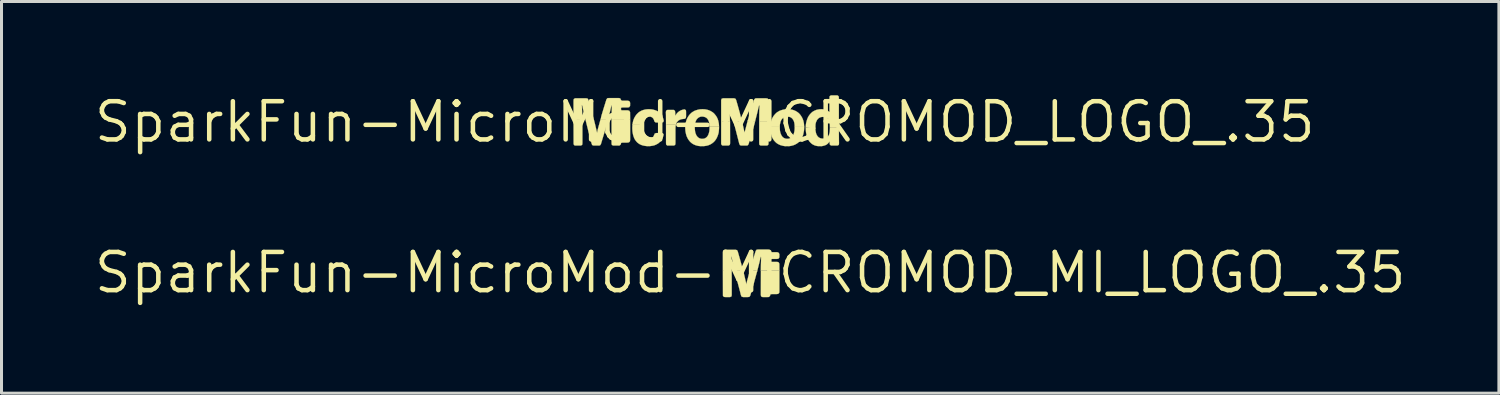
<source format=kicad_pcb>
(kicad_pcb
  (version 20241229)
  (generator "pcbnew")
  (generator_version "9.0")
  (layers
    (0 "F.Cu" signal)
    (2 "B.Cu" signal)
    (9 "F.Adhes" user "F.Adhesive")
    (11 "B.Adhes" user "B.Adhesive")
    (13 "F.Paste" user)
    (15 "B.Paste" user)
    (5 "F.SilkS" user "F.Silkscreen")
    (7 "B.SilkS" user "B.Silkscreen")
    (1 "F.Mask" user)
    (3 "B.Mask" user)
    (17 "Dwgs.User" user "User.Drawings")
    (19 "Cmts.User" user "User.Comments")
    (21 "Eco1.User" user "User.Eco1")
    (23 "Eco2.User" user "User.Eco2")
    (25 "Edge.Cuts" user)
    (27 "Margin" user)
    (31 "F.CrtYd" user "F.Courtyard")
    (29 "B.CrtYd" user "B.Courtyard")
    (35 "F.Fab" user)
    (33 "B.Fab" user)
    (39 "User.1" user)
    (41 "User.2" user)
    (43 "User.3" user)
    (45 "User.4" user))
  (footprint "SparkFun-MicroMod-MICROMOD_MI_LOGO_.35"
    (layer "F.Cu")
    (at 21.9 6.019)
    (property "Reference" "SparkFun-MicroMod-MICROMOD_MI_LOGO_.35" (at 0 0 0) (layer "F.SilkS") (effects (font (size 1.27 1.27) (thickness 0.15))))
    (attr exclude_from_pos_files exclude_from_bom)
    (fp_poly (pts (xy -0.909 -0.069) (xy -0.907 0.767) (xy -0.876 0.805) (xy -0.826 0.81) (xy -0.668 0.81) (xy -0.622 0.787) (xy -0.615 0.737) (xy -0.615 0.16) (xy -0.617 -0.046) (xy -0.648 -0.069) (xy -0.909 -0.069)) (stroke (width 0.008) (type solid)) (fill yes) (layer "F.SilkS"))
    (fp_poly (pts (xy 0.97 -0.069) (xy 0.389 -0.069) (xy 0.356 -0.074) (xy 0.353 0.742) (xy 0.363 0.79) (xy 0.411 0.81) (xy 0.572 0.81) (xy 0.622 0.808) (xy 0.658 0.772) (xy 0.671 0.721) (xy 0.719 0.711) (xy 0.876 0.711) (xy 0.93 0.704) (xy 0.965 0.668) (xy 0.97 0.615) (xy 0.97 -0.018) (xy 0.97 -0.069)) (stroke (width 0.008) (type solid)) (fill yes) (layer "F.SilkS"))
    (fp_poly (pts (xy -0.859 -0.762) (xy -0.902 -0.737) (xy -0.909 -0.683) (xy -0.909 -0.069) (xy -0.886 -0.069) (xy -0.617 -0.048) (xy -0.617 -0.119) (xy -0.622 -0.277) (xy -0.63 -0.437) (xy -0.635 -0.544) (xy -0.615 -0.505) (xy -0.582 -0.351) (xy -0.521 -0.091) (xy -0.485 -0.069) (xy -0.272 -0.069) (xy -0.241 -0.074) (xy -0.312 -0.345) (xy -0.384 -0.599) (xy -0.414 -0.704) (xy -0.437 -0.749) (xy -0.485 -0.762) (xy -0.859 -0.762)) (stroke (width 0.008) (type solid)) (fill yes) (layer "F.SilkS"))
    (fp_poly (pts (xy -0.239 -0.069) (xy -0.518 -0.086) (xy -0.505 -0.028) (xy -0.417 0.33) (xy -0.335 0.64) (xy -0.31 0.742) (xy -0.29 0.792) (xy -0.241 0.81) (xy -0.084 0.81) (xy -0.03 0.805) (xy 0 0.765) (xy 0.119 0.358) (xy 0.231 -0.051) (xy 0.203 -0.069) (xy -0.008 -0.069) (xy -0.023 -0.02) (xy -0.079 0.183) (xy -0.107 0.284) (xy -0.127 0.389) (xy -0.198 0.081) (xy -0.224 -0.018) (xy -0.239 -0.069)) (stroke (width 0.008) (type solid)) (fill yes) (layer "F.SilkS"))
    (fp_poly (pts (xy -0.005 -0.074) (xy 0.198 -0.069) (xy 0.231 -0.048) (xy 0.305 -0.34) (xy 0.34 -0.495) (xy 0.358 -0.538) (xy 0.363 -0.493) (xy 0.356 -0.279) (xy 0.353 -0.069) (xy 0.935 -0.069) (xy 0.97 -0.071) (xy 0.968 -0.3) (xy 0.945 -0.345) (xy 0.894 -0.361) (xy 0.683 -0.361) (xy 0.66 -0.404) (xy 0.676 -0.452) (xy 0.726 -0.457) (xy 0.886 -0.457) (xy 0.937 -0.465) (xy 0.968 -0.508) (xy 0.97 -0.612) (xy 0.95 -0.66) (xy 0.902 -0.681) (xy 0.691 -0.681) (xy 0.66 -0.716) (xy 0.638 -0.762) (xy 0.587 -0.77) (xy 0.269 -0.77) (xy 0.216 -0.767) (xy 0.183 -0.726) (xy 0.089 -0.424) (xy 0.013 -0.173) (xy 0.003 -0.124) (xy -0.005 -0.074)) (stroke (width 0.008) (type solid)) (fill yes) (layer "F.SilkS")))
  (footprint "SparkFun-MicroMod-MICROMOD_LOGO_.35"
    (layer "F.Cu")
    (at 20.388 1.006)
    (property "Reference" "SparkFun-MicroMod-MICROMOD_LOGO_.35" (at 0 0 0) (layer "F.SilkS") (effects (font (size 1.27 1.27) (thickness 0.15))))
    (attr exclude_from_pos_files exclude_from_bom)
    (fp_poly (pts (xy 2.118 -0.025) (xy 1.857 -0.025) (xy 1.811 -0.02) (xy 1.811 0.711) (xy 1.819 0.762) (xy 1.864 0.785) (xy 2.073 0.785) (xy 2.113 0.757) (xy 2.121 0.704) (xy 2.118 -0.025)) (stroke (width 0.008) (type solid)) (fill yes) (layer "F.SilkS"))
    (fp_poly (pts (xy -4.364 -0.094) (xy -4.361 0.742) (xy -4.331 0.78) (xy -4.28 0.785) (xy -4.122 0.785) (xy -4.077 0.762) (xy -4.069 0.711) (xy -4.069 0.135) (xy -4.072 -0.071) (xy -4.102 -0.094) (xy -4.364 -0.094)) (stroke (width 0.008) (type solid)) (fill yes) (layer "F.SilkS"))
    (fp_poly (pts (xy 0.841 -0.025) (xy 0.574 -0.025) (xy 0.546 -0.038) (xy 0.546 0.737) (xy 0.577 0.78) (xy 0.627 0.785) (xy 0.787 0.785) (xy 0.833 0.762) (xy 0.843 0.711) (xy 0.841 0.13) (xy 0.841 -0.025)) (stroke (width 0.008) (type solid)) (fill yes) (layer "F.SilkS"))
    (fp_poly (pts (xy -0.958 0.081) (xy -1.275 0.081) (xy -1.288 0.119) (xy -1.288 0.701) (xy -1.283 0.754) (xy -1.245 0.785) (xy -1.031 0.785) (xy -0.986 0.765) (xy -0.975 0.714) (xy -0.975 0.239) (xy -0.973 0.185) (xy -0.968 0.132) (xy -0.958 0.081)) (stroke (width 0.008) (type solid)) (fill yes) (layer "F.SilkS"))
    (fp_poly (pts (xy -2.482 -0.094) (xy -3.063 -0.094) (xy -3.099 -0.099) (xy -3.099 0.716) (xy -3.089 0.765) (xy -3.04 0.785) (xy -2.88 0.785) (xy -2.83 0.782) (xy -2.794 0.747) (xy -2.781 0.696) (xy -2.733 0.686) (xy -2.576 0.686) (xy -2.522 0.678) (xy -2.487 0.643) (xy -2.482 0.589) (xy -2.482 -0.043) (xy -2.482 -0.094)) (stroke (width 0.008) (type solid)) (fill yes) (layer "F.SilkS"))
    (fp_poly (pts (xy 2.045 -0.787) (xy 1.727 -0.787) (xy 1.676 -0.782) (xy 1.643 -0.742) (xy 1.516 -0.338) (xy 1.427 -0.036) (xy 1.468 -0.025) (xy 1.626 -0.025) (xy 1.676 -0.03) (xy 1.742 -0.287) (xy 1.803 -0.544) (xy 1.821 -0.546) (xy 1.814 -0.335) (xy 1.811 -0.018) (xy 1.819 -0.025) (xy 2.083 -0.025) (xy 2.118 -0.023) (xy 2.118 -0.732) (xy 2.095 -0.777) (xy 2.045 -0.787)) (stroke (width 0.008) (type solid)) (fill yes) (layer "F.SilkS"))
    (fp_poly (pts (xy 0.958 -0.025) (xy 1.219 -0.025) (xy 1.234 -0.023) (xy 1.161 -0.318) (xy 1.09 -0.572) (xy 1.046 -0.724) (xy 1.024 -0.77) (xy 0.978 -0.787) (xy 0.61 -0.787) (xy 0.561 -0.772) (xy 0.546 -0.724) (xy 0.546 -0.038) (xy 0.584 -0.025) (xy 0.795 -0.025) (xy 0.838 -0.025) (xy 0.831 -0.353) (xy 0.82 -0.561) (xy 0.838 -0.538) (xy 0.907 -0.229) (xy 0.942 -0.076) (xy 0.958 -0.025)) (stroke (width 0.008) (type solid)) (fill yes) (layer "F.SilkS"))
    (fp_poly (pts (xy -4.313 -0.787) (xy -4.356 -0.762) (xy -4.364 -0.709) (xy -4.364 -0.094) (xy -4.341 -0.094) (xy -4.072 -0.074) (xy -4.072 -0.145) (xy -4.077 -0.302) (xy -4.084 -0.462) (xy -4.089 -0.569) (xy -4.069 -0.531) (xy -4.036 -0.376) (xy -3.975 -0.117) (xy -3.94 -0.094) (xy -3.726 -0.094) (xy -3.696 -0.099) (xy -3.767 -0.371) (xy -3.838 -0.625) (xy -3.868 -0.729) (xy -3.891 -0.775) (xy -3.94 -0.787) (xy -4.313 -0.787)) (stroke (width 0.008) (type solid)) (fill yes) (layer "F.SilkS"))
    (fp_poly (pts (xy -3.693 -0.094) (xy -3.973 -0.112) (xy -3.96 -0.053) (xy -3.871 0.305) (xy -3.79 0.615) (xy -3.764 0.716) (xy -3.744 0.767) (xy -3.696 0.785) (xy -3.538 0.785) (xy -3.485 0.78) (xy -3.454 0.739) (xy -3.332 0.333) (xy -3.221 -0.076) (xy -3.249 -0.094) (xy -3.462 -0.094) (xy -3.477 -0.046) (xy -3.533 0.157) (xy -3.561 0.259) (xy -3.581 0.363) (xy -3.653 0.056) (xy -3.678 -0.043) (xy -3.693 -0.094)) (stroke (width 0.008) (type solid)) (fill yes) (layer "F.SilkS"))
    (fp_poly (pts (xy 1.676 -0.025) (xy 1.463 -0.025) (xy 1.427 -0.038) (xy 1.367 0.191) (xy 1.341 0.292) (xy 1.328 0.343) (xy 1.318 0.335) (xy 1.285 0.18) (xy 1.237 -0.023) (xy 1.186 -0.025) (xy 0.975 -0.025) (xy 0.958 -0.025) (xy 0.978 0.058) (xy 1.069 0.417) (xy 1.148 0.724) (xy 1.171 0.772) (xy 1.219 0.785) (xy 1.379 0.785) (xy 1.43 0.777) (xy 1.458 0.734) (xy 1.593 0.277) (xy 1.651 0.074) (xy 1.676 -0.025)) (stroke (width 0.008) (type solid)) (fill yes) (layer "F.SilkS"))
    (fp_poly (pts (xy -0.671 -0.419) (xy -0.724 -0.409) (xy -0.775 -0.394) (xy -0.82 -0.373) (xy -0.866 -0.343) (xy -0.904 -0.31) (xy -0.94 -0.269) (xy -0.968 -0.224) (xy -0.98 -0.213) (xy -0.983 -0.32) (xy -0.991 -0.371) (xy -1.031 -0.401) (xy -1.242 -0.401) (xy -1.285 -0.376) (xy -1.293 -0.325) (xy -1.29 -0.221) (xy -1.288 0.119) (xy -1.275 0.081) (xy -0.96 0.081) (xy -0.94 0.03) (xy -0.912 -0.01) (xy -0.874 -0.048) (xy -0.828 -0.074) (xy -0.78 -0.091) (xy -0.726 -0.099) (xy -0.673 -0.104) (xy -0.63 -0.13) (xy -0.622 -0.18) (xy -0.622 -0.34) (xy -0.627 -0.391) (xy -0.671 -0.419)) (stroke (width 0.008) (type solid)) (fill yes) (layer "F.SilkS"))
    (fp_poly (pts (xy -3.459 -0.099) (xy -3.254 -0.094) (xy -3.221 -0.074) (xy -3.147 -0.366) (xy -3.111 -0.521) (xy -3.094 -0.564) (xy -3.089 -0.518) (xy -3.096 -0.305) (xy -3.099 -0.094) (xy -2.517 -0.094) (xy -2.482 -0.097) (xy -2.484 -0.325) (xy -2.507 -0.371) (xy -2.558 -0.386) (xy -2.769 -0.386) (xy -2.791 -0.429) (xy -2.776 -0.478) (xy -2.725 -0.483) (xy -2.565 -0.483) (xy -2.515 -0.49) (xy -2.484 -0.533) (xy -2.482 -0.638) (xy -2.502 -0.686) (xy -2.55 -0.706) (xy -2.761 -0.706) (xy -2.791 -0.742) (xy -2.814 -0.787) (xy -2.865 -0.795) (xy -3.183 -0.795) (xy -3.236 -0.792) (xy -3.269 -0.752) (xy -3.363 -0.45) (xy -3.439 -0.198) (xy -3.449 -0.15) (xy -3.459 -0.099)) (stroke (width 0.008) (type solid)) (fill yes) (layer "F.SilkS"))
    (fp_poly (pts (xy -1.857 -0.424) (xy -1.91 -0.422) (xy -1.961 -0.417) (xy -2.014 -0.406) (xy -2.062 -0.391) (xy -2.113 -0.371) (xy -2.159 -0.345) (xy -2.202 -0.315) (xy -2.24 -0.279) (xy -2.276 -0.241) (xy -2.306 -0.198) (xy -2.334 -0.152) (xy -2.357 -0.104) (xy -2.375 -0.056) (xy -2.388 -0.005) (xy -2.398 0.043) (xy -2.405 0.097) (xy -2.09 0.097) (xy -2.083 0.043) (xy -2.073 -0.005) (xy -2.055 -0.056) (xy -2.029 -0.102) (xy -1.994 -0.14) (xy -1.951 -0.168) (xy -1.9 -0.183) (xy -1.847 -0.185) (xy -1.796 -0.175) (xy -1.75 -0.152) (xy -1.712 -0.114) (xy -1.689 -0.069) (xy -1.674 -0.018) (xy -1.638 0.015) (xy -1.585 0.018) (xy -1.427 0.018) (xy -1.379 0.003) (xy -1.364 -0.043) (xy -1.377 -0.094) (xy -1.392 -0.145) (xy -1.415 -0.193) (xy -1.443 -0.236) (xy -1.476 -0.277) (xy -1.514 -0.315) (xy -1.554 -0.345) (xy -1.6 -0.371) (xy -1.651 -0.391) (xy -1.702 -0.406) (xy -1.753 -0.417) (xy -1.803 -0.422) (xy -1.857 -0.424)) (stroke (width 0.008) (type solid)) (fill yes) (layer "F.SilkS"))
    (fp_poly (pts (xy 4.199 -0.884) (xy 4.155 -0.859) (xy 4.148 -0.805) (xy 4.148 -0.33) (xy 4.082 -0.378) (xy 4.034 -0.401) (xy 3.983 -0.414) (xy 3.929 -0.422) (xy 3.876 -0.424) (xy 3.823 -0.422) (xy 3.772 -0.414) (xy 3.721 -0.404) (xy 3.67 -0.384) (xy 3.622 -0.361) (xy 3.579 -0.333) (xy 3.538 -0.297) (xy 3.503 -0.259) (xy 3.47 -0.216) (xy 3.442 -0.173) (xy 3.419 -0.124) (xy 3.401 -0.076) (xy 3.386 -0.025) (xy 3.373 0.025) (xy 3.365 0.076) (xy 3.36 0.13) (xy 3.358 0.183) (xy 3.409 0.185) (xy 3.678 0.226) (xy 3.683 0.081) (xy 3.693 0.028) (xy 3.711 -0.018) (xy 3.734 -0.066) (xy 3.767 -0.107) (xy 3.81 -0.14) (xy 3.858 -0.16) (xy 3.909 -0.168) (xy 3.962 -0.168) (xy 4.016 -0.16) (xy 4.064 -0.14) (xy 4.102 -0.104) (xy 4.13 -0.058) (xy 4.145 -0.008) (xy 4.155 0.043) (xy 4.161 0.094) (xy 4.163 0.201) (xy 4.178 0.185) (xy 4.445 0.185) (xy 4.46 0.185) (xy 4.46 -0.803) (xy 4.453 -0.856) (xy 4.412 -0.884) (xy 4.199 -0.884)) (stroke (width 0.008) (type solid)) (fill yes) (layer "F.SilkS"))
    (fp_poly (pts (xy -2.09 0.097) (xy -2.405 0.097) (xy -2.408 0.15) (xy -2.41 0.201) (xy -2.408 0.254) (xy -2.405 0.307) (xy -2.398 0.358) (xy -2.388 0.409) (xy -2.375 0.46) (xy -2.357 0.511) (xy -2.337 0.559) (xy -2.309 0.605) (xy -2.278 0.645) (xy -2.243 0.683) (xy -2.2 0.716) (xy -2.156 0.744) (xy -2.108 0.765) (xy -2.057 0.782) (xy -2.007 0.792) (xy -1.956 0.8) (xy -1.902 0.805) (xy -1.849 0.805) (xy -1.798 0.8) (xy -1.745 0.792) (xy -1.694 0.782) (xy -1.646 0.765) (xy -1.598 0.742) (xy -1.552 0.716) (xy -1.511 0.683) (xy -1.476 0.645) (xy -1.443 0.602) (xy -1.417 0.559) (xy -1.394 0.511) (xy -1.377 0.46) (xy -1.369 0.409) (xy -1.402 0.371) (xy -1.455 0.368) (xy -1.613 0.368) (xy -1.661 0.384) (xy -1.704 0.478) (xy -1.735 0.518) (xy -1.778 0.549) (xy -1.829 0.566) (xy -1.88 0.569) (xy -1.933 0.559) (xy -1.979 0.536) (xy -2.019 0.503) (xy -2.047 0.457) (xy -2.065 0.409) (xy -2.08 0.358) (xy -2.088 0.307) (xy -2.093 0.254) (xy -2.095 0.201) (xy -2.093 0.15) (xy -2.09 0.097)) (stroke (width 0.008) (type solid)) (fill yes) (layer "F.SilkS"))
    (fp_poly (pts (xy 4.46 0.183) (xy 4.196 0.183) (xy 4.163 0.203) (xy 4.161 0.254) (xy 4.158 0.307) (xy 4.15 0.361) (xy 4.138 0.411) (xy 4.115 0.46) (xy 4.084 0.5) (xy 4.041 0.531) (xy 3.99 0.546) (xy 3.94 0.554) (xy 3.886 0.551) (xy 3.835 0.538) (xy 3.79 0.513) (xy 3.752 0.475) (xy 3.724 0.432) (xy 3.703 0.381) (xy 3.691 0.33) (xy 3.683 0.279) (xy 3.678 0.226) (xy 3.668 0.183) (xy 3.404 0.183) (xy 3.358 0.191) (xy 3.363 0.297) (xy 3.368 0.348) (xy 3.378 0.401) (xy 3.388 0.452) (xy 3.406 0.503) (xy 3.424 0.551) (xy 3.449 0.599) (xy 3.477 0.643) (xy 3.513 0.683) (xy 3.551 0.719) (xy 3.594 0.749) (xy 3.64 0.772) (xy 3.691 0.79) (xy 3.741 0.8) (xy 3.795 0.805) (xy 3.846 0.805) (xy 3.899 0.803) (xy 3.95 0.792) (xy 4 0.777) (xy 4.049 0.754) (xy 4.089 0.724) (xy 4.125 0.683) (xy 4.15 0.648) (xy 4.153 0.701) (xy 4.161 0.754) (xy 4.201 0.785) (xy 4.412 0.785) (xy 4.458 0.762) (xy 4.465 0.711) (xy 4.463 0.605) (xy 4.46 0.183)) (stroke (width 0.008) (type solid)) (fill yes) (layer "F.SilkS"))
    (fp_poly (pts (xy -0.074 -0.424) (xy -0.127 -0.422) (xy -0.18 -0.417) (xy -0.231 -0.406) (xy -0.282 -0.391) (xy -0.333 -0.373) (xy -0.378 -0.348) (xy -0.424 -0.32) (xy -0.465 -0.284) (xy -0.5 -0.249) (xy -0.533 -0.206) (xy -0.561 -0.163) (xy -0.587 -0.114) (xy -0.607 -0.066) (xy -0.622 -0.015) (xy -0.635 0.033) (xy -0.643 0.086) (xy -0.65 0.173) (xy -0.61 0.152) (xy -0.345 0.152) (xy -0.333 0.183) (xy -0.323 0.061) (xy -0.312 0.008) (xy -0.295 -0.038) (xy -0.269 -0.086) (xy -0.234 -0.124) (xy -0.191 -0.155) (xy -0.142 -0.175) (xy -0.089 -0.18) (xy -0.036 -0.175) (xy 0.013 -0.16) (xy 0.058 -0.135) (xy 0.094 -0.097) (xy 0.122 -0.051) (xy 0.14 -0.003) (xy 0.152 0.048) (xy 0.157 0.099) (xy 0.163 0.152) (xy 0.427 0.152) (xy 0.475 0.15) (xy 0.472 0.097) (xy 0.467 0.046) (xy 0.457 -0.005) (xy 0.445 -0.056) (xy 0.427 -0.107) (xy 0.404 -0.155) (xy 0.376 -0.201) (xy 0.345 -0.241) (xy 0.31 -0.282) (xy 0.269 -0.318) (xy 0.226 -0.345) (xy 0.18 -0.371) (xy 0.132 -0.391) (xy 0.081 -0.406) (xy 0.028 -0.417) (xy -0.02 -0.422) (xy -0.074 -0.424)) (stroke (width 0.008) (type solid)) (fill yes) (layer "F.SilkS"))
    (fp_poly (pts (xy 2.753 -0.424) (xy 2.7 -0.422) (xy 2.647 -0.417) (xy 2.596 -0.406) (xy 2.545 -0.391) (xy 2.494 -0.373) (xy 2.449 -0.348) (xy 2.403 -0.32) (xy 2.362 -0.284) (xy 2.327 -0.246) (xy 2.294 -0.206) (xy 2.266 -0.163) (xy 2.24 -0.114) (xy 2.22 -0.066) (xy 2.205 -0.015) (xy 2.192 0.033) (xy 2.184 0.086) (xy 2.182 0.163) (xy 2.205 0.165) (xy 2.469 0.165) (xy 2.494 0.168) (xy 2.499 0.086) (xy 2.51 0.036) (xy 2.522 -0.015) (xy 2.545 -0.064) (xy 2.576 -0.107) (xy 2.614 -0.142) (xy 2.659 -0.168) (xy 2.713 -0.178) (xy 2.764 -0.178) (xy 2.817 -0.17) (xy 2.865 -0.15) (xy 2.906 -0.117) (xy 2.939 -0.074) (xy 2.962 -0.028) (xy 2.977 0.02) (xy 2.985 0.074) (xy 2.992 0.168) (xy 3.005 0.165) (xy 3.269 0.165) (xy 3.307 0.168) (xy 3.302 0.099) (xy 3.297 0.046) (xy 3.287 -0.005) (xy 3.274 -0.056) (xy 3.256 -0.104) (xy 3.233 -0.152) (xy 3.205 -0.198) (xy 3.175 -0.241) (xy 3.139 -0.282) (xy 3.101 -0.315) (xy 3.056 -0.345) (xy 3.01 -0.371) (xy 2.962 -0.391) (xy 2.911 -0.406) (xy 2.857 -0.417) (xy 2.807 -0.422) (xy 2.753 -0.424)) (stroke (width 0.008) (type solid)) (fill yes) (layer "F.SilkS"))
    (fp_poly (pts (xy 3.307 0.165) (xy 2.992 0.165) (xy 2.99 0.218) (xy 2.987 0.272) (xy 2.979 0.323) (xy 2.967 0.373) (xy 2.949 0.424) (xy 2.924 0.47) (xy 2.891 0.511) (xy 2.847 0.538) (xy 2.797 0.556) (xy 2.746 0.561) (xy 2.692 0.556) (xy 2.644 0.538) (xy 2.601 0.511) (xy 2.565 0.47) (xy 2.54 0.424) (xy 2.52 0.376) (xy 2.507 0.325) (xy 2.499 0.274) (xy 2.497 0.221) (xy 2.494 0.168) (xy 2.443 0.165) (xy 2.182 0.165) (xy 2.179 0.216) (xy 2.182 0.267) (xy 2.187 0.32) (xy 2.197 0.371) (xy 2.21 0.422) (xy 2.225 0.472) (xy 2.245 0.521) (xy 2.271 0.566) (xy 2.299 0.61) (xy 2.334 0.65) (xy 2.372 0.688) (xy 2.413 0.719) (xy 2.459 0.744) (xy 2.507 0.767) (xy 2.558 0.782) (xy 2.609 0.795) (xy 2.659 0.803) (xy 2.713 0.805) (xy 2.764 0.805) (xy 2.817 0.803) (xy 2.87 0.795) (xy 2.921 0.782) (xy 2.969 0.767) (xy 3.018 0.744) (xy 3.063 0.719) (xy 3.106 0.688) (xy 3.145 0.653) (xy 3.178 0.612) (xy 3.208 0.569) (xy 3.233 0.523) (xy 3.256 0.475) (xy 3.272 0.427) (xy 3.284 0.373) (xy 3.294 0.323) (xy 3.302 0.272) (xy 3.305 0.218) (xy 3.307 0.165)) (stroke (width 0.008) (type solid)) (fill yes) (layer "F.SilkS"))
    (fp_poly (pts (xy 0.475 0.152) (xy 0.16 0.152) (xy 0.16 0.206) (xy 0.157 0.259) (xy 0.152 0.31) (xy 0.14 0.361) (xy 0.124 0.411) (xy 0.102 0.457) (xy 0.069 0.5) (xy 0.028 0.533) (xy -0.018 0.554) (xy -0.069 0.561) (xy -0.122 0.559) (xy -0.173 0.544) (xy -0.216 0.518) (xy -0.254 0.48) (xy -0.282 0.437) (xy -0.302 0.389) (xy -0.318 0.338) (xy -0.325 0.287) (xy -0.33 0.234) (xy -0.333 0.18) (xy -0.356 0.152) (xy -0.62 0.152) (xy -0.65 0.175) (xy -0.648 0.229) (xy -0.645 0.279) (xy -0.638 0.333) (xy -0.627 0.384) (xy -0.615 0.434) (xy -0.597 0.485) (xy -0.574 0.533) (xy -0.549 0.579) (xy -0.518 0.62) (xy -0.485 0.66) (xy -0.445 0.696) (xy -0.404 0.726) (xy -0.356 0.752) (xy -0.307 0.772) (xy -0.257 0.787) (xy -0.206 0.798) (xy -0.155 0.803) (xy -0.102 0.805) (xy -0.048 0.805) (xy 0 0.8) (xy 0.053 0.792) (xy 0.104 0.78) (xy 0.152 0.762) (xy 0.201 0.739) (xy 0.244 0.711) (xy 0.287 0.678) (xy 0.323 0.643) (xy 0.356 0.602) (xy 0.386 0.556) (xy 0.409 0.511) (xy 0.429 0.462) (xy 0.447 0.411) (xy 0.46 0.361) (xy 0.467 0.31) (xy 0.472 0.257) (xy 0.475 0.206) (xy 0.475 0.152)) (stroke (width 0.008) (type solid)) (fill yes) (layer "F.SilkS")))
  (gr_rect
    (start -3 -3)
    (end 46.799 10.025)
    (stroke (width 0.1) (type default))
    (fill no)
    (layer "Edge.Cuts")))
</source>
